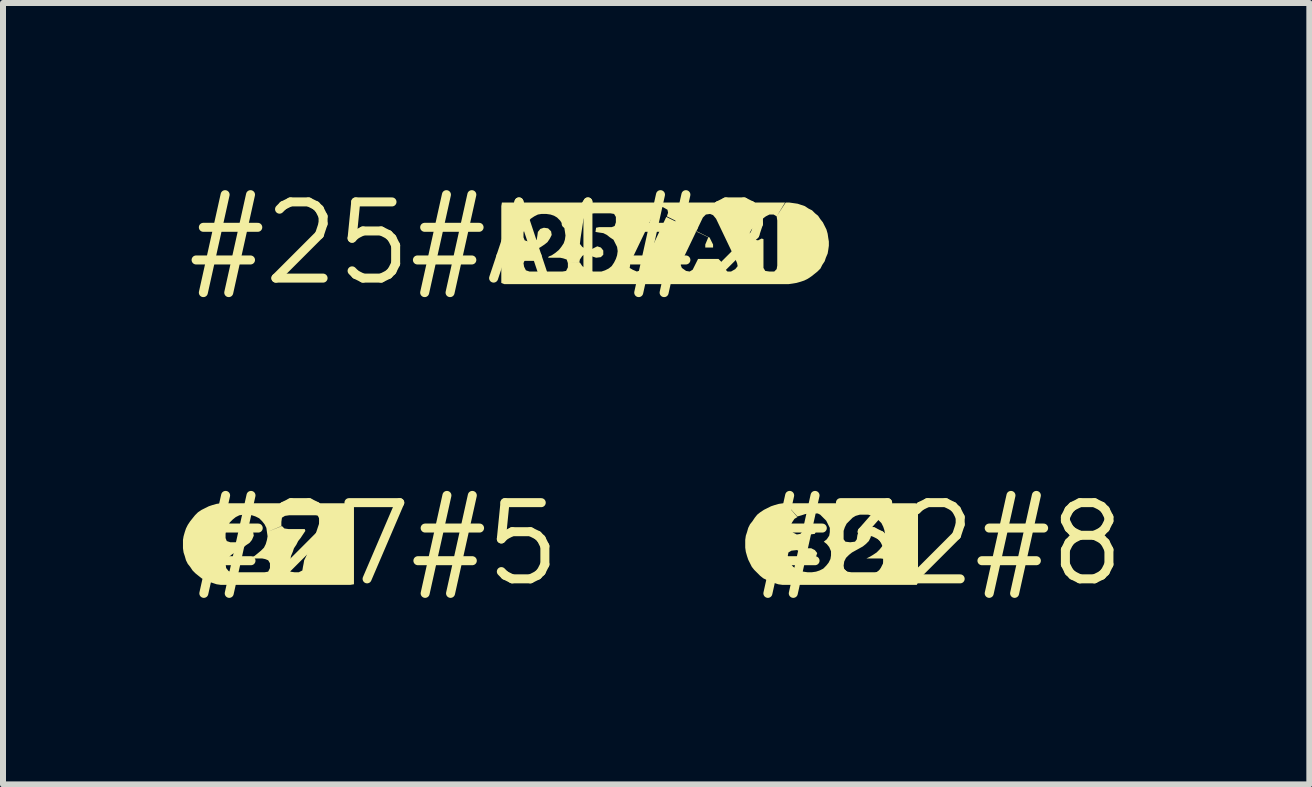
<source format=kicad_pcb>
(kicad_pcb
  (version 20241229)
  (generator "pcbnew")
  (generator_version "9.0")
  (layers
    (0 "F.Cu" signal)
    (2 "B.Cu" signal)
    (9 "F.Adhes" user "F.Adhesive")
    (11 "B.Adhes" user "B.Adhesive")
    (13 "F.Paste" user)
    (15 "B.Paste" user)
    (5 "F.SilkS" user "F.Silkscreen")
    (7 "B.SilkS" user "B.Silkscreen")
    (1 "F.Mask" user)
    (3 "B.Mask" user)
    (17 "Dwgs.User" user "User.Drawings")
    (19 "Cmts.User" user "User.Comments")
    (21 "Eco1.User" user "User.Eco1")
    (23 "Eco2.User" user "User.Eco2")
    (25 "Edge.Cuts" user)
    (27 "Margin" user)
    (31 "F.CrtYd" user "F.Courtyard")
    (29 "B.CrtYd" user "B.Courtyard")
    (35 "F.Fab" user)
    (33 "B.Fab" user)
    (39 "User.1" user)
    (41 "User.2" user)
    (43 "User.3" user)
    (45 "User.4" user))
  (footprint "#32#8"
    (layer "F.Cu")
    (at 12.592 6.019)
    (property "Reference" "#32#8" (at 0 0 0) (layer "F.SilkS") (effects (font (size 1.27 1.27) (thickness 0.15))))
    (attr through_hole)
    (fp_poly (pts (xy -2.59 -0.68) (xy -2.66 -0.67) (xy -2.73 -0.65) (xy -2.79 -0.63) (xy -2.85 -0.6) (xy -2.91 -0.57) (xy -2.97 -0.53) (xy -3.02 -0.49) (xy -3.06 -0.44) (xy -3.1 -0.38) (xy -3.14 -0.33) (xy -3.17 -0.27) (xy -3.19 -0.2) (xy -3.21 -0.14) (xy -3.22 -0.07) (xy -3.22 0) (xy -3.22 0.06) (xy -3.21 0.13) (xy -3.19 0.2) (xy -3.17 0.26) (xy -3.14 0.32) (xy -3.11 0.38) (xy -3.07 0.43) (xy -3.02 0.48) (xy -2.97 0.53) (xy -2.92 0.57) (xy -2.86 0.6) (xy -2.8 0.63) (xy -2.73 0.65) (xy -2.67 0.67) (xy -2.6 0.68) (xy -2.53 0.68) (xy -0.36 0.68) (xy -0.34 0.64) (xy -0.34 -0.65) (xy -0.38 -0.68) (xy -2.55 -0.68) (xy -2.35 -0.46) (xy -2.28 -0.48) (xy -2.22 -0.5) (xy -2.15 -0.51) (xy -2.01 -0.51) (xy -1.97 -0.49) (xy -1.87 -0.39) (xy -1.84 -0.33) (xy -1.81 -0.27) (xy -1.81 -0.2) (xy -1.58 -0.15) (xy -1.58 -0.22) (xy -1.56 -0.28) (xy -1.53 -0.34) (xy -1.48 -0.39) (xy -1.43 -0.44) (xy -1.38 -0.47) (xy -1.31 -0.49) (xy -1.24 -0.49) (xy -1.17 -0.49) (xy -1.1 -0.47) (xy -1.05 -0.44) (xy -1 -0.4) (xy -0.95 -0.35) (xy -0.92 -0.29) (xy -0.9 -0.23) (xy -0.89 -0.16) (xy -0.89 -0.09) (xy -0.91 -0.02) (xy -0.94 0.04) (xy -0.98 0.09) (xy -1.03 0.14) (xy -1.09 0.18) (xy -1.14 0.21) (xy -1.2 0.24) (xy -1.14 0.24) (xy -1 0.24) (xy -0.96 0.24) (xy -0.89 0.25) (xy -0.85 0.3) (xy -0.85 0.37) (xy -0.86 0.44) (xy -0.91 0.47) (xy -0.98 0.47) (xy -1.45 0.47) (xy -1.52 0.46) (xy -1.57 0.42) (xy -1.58 0.36) (xy -1.57 0.29) (xy -1.54 0.23) (xy -1.49 0.18) (xy -1.44 0.14) (xy -1.26 0.04) (xy -1.21 0) (xy -1.16 -0.05) (xy -1.13 -0.11) (xy -1.12 -0.17) (xy -1.15 -0.23) (xy -1.21 -0.26) (xy -1.28 -0.26) (xy -1.33 -0.21) (xy -1.35 -0.15) (xy -1.36 -0.08) (xy -1.39 -0.04) (xy -1.47 -0.03) (xy -1.55 -0.04) (xy -1.58 -0.08) (xy -1.58 -0.15) (xy -1.81 -0.2) (xy -1.82 -0.14) (xy -1.86 -0.08) (xy -1.91 -0.04) (xy -1.86 0) (xy -1.82 0.05) (xy -1.79 0.12) (xy -1.79 0.19) (xy -1.8 0.25) (xy -1.83 0.31) (xy -1.87 0.36) (xy -1.92 0.41) (xy -1.98 0.44) (xy -2.04 0.46) (xy -2.11 0.47) (xy -2.18 0.47) (xy -2.25 0.46) (xy -2.32 0.44) (xy -2.37 0.41) (xy -2.42 0.38) (xy -2.47 0.32) (xy -2.5 0.26) (xy -2.51 0.19) (xy -2.5 0.14) (xy -2.45 0.11) (xy -2.36 0.1) (xy -2.31 0.12) (xy -2.28 0.19) (xy -2.24 0.23) (xy -2.17 0.25) (xy -2.09 0.24) (xy -2.04 0.21) (xy -2.02 0.15) (xy -2.06 0.1) (xy -2.12 0.07) (xy -2.19 0.07) (xy -2.24 0.04) (xy -2.26 -0.03) (xy -2.25 -0.11) (xy -2.21 -0.15) (xy -2.14 -0.16) (xy -2.06 -0.17) (xy -2.04 -0.21) (xy -2.08 -0.27) (xy -2.14 -0.28) (xy -2.21 -0.27) (xy -2.26 -0.22) (xy -2.3 -0.17) (xy -2.36 -0.16) (xy -2.42 -0.19) (xy -2.47 -0.24) (xy -2.47 -0.29) (xy -2.44 -0.36) (xy -2.4 -0.42) (xy -2.35 -0.45) (xy -2.55 -0.68)) (stroke (width 0) (type solid)) (fill yes) (layer "F.SilkS")))
  (footprint "#27#5"
    (layer "F.Cu")
    (at 3.19 6.019)
    (property "Reference" "#27#5" (at 0 0 0) (layer "F.SilkS") (effects (font (size 1.27 1.27) (thickness 0.15))))
    (attr through_hole)
    (fp_poly (pts (xy -2.56 -0.68) (xy -2.63 -0.67) (xy -2.7 -0.65) (xy -2.76 -0.63) (xy -2.82 -0.6) (xy -2.88 -0.57) (xy -2.94 -0.53) (xy -2.99 -0.48) (xy -3.03 -0.43) (xy -3.07 -0.38) (xy -3.11 -0.32) (xy -3.14 -0.26) (xy -3.16 -0.2) (xy -3.18 -0.13) (xy -3.19 -0.07) (xy -3.19 0) (xy -3.19 0.07) (xy -3.18 0.14) (xy -3.16 0.2) (xy -3.14 0.27) (xy -3.11 0.33) (xy -3.07 0.38) (xy -3.03 0.44) (xy -2.98 0.49) (xy -2.93 0.53) (xy -2.88 0.57) (xy -2.82 0.6) (xy -2.76 0.63) (xy -2.69 0.65) (xy -2.63 0.67) (xy -2.56 0.68) (xy -2.49 0.68) (xy -2.43 0.45) (xy -2.47 0.4) (xy -2.48 0.33) (xy -2.46 0.27) (xy -2.42 0.21) (xy -2.37 0.17) (xy -2.31 0.13) (xy -2.19 0.06) (xy -2.14 0.02) (xy -2.08 -0.02) (xy -2.04 -0.07) (xy -2.01 -0.14) (xy -2.02 -0.2) (xy -2.07 -0.25) (xy -2.13 -0.26) (xy -2.2 -0.25) (xy -2.24 -0.19) (xy -2.25 -0.13) (xy -2.26 -0.06) (xy -2.31 -0.03) (xy -2.4 -0.03) (xy -2.46 -0.05) (xy -2.48 -0.1) (xy -2.48 -0.17) (xy -2.47 -0.24) (xy -2.44 -0.3) (xy -2.41 -0.36) (xy -2.36 -0.41) (xy -2.31 -0.45) (xy -2.25 -0.48) (xy -2.18 -0.49) (xy -2.11 -0.49) (xy -2.04 -0.48) (xy -1.98 -0.46) (xy -1.92 -0.43) (xy -1.87 -0.38) (xy -1.83 -0.33) (xy -1.8 -0.27) (xy -1.79 -0.2) (xy -1.55 -0.3) (xy -1.55 -0.37) (xy -1.54 -0.44) (xy -1.49 -0.47) (xy -1.42 -0.48) (xy -1.02 -0.48) (xy -0.98 -0.48) (xy -0.9 -0.47) (xy -0.87 -0.42) (xy -0.86 -0.35) (xy -0.87 -0.3) (xy -0.9 -0.22) (xy -0.92 -0.16) (xy -0.96 -0.1) (xy -1.03 0.01) (xy -1.11 0.14) (xy -1.14 0.21) (xy -1.17 0.27) (xy -1.18 0.33) (xy -1.19 0.38) (xy -1.2 0.44) (xy -1.26 0.47) (xy -1.33 0.47) (xy -1.4 0.46) (xy -1.42 0.4) (xy -1.41 0.33) (xy -1.4 0.27) (xy -1.39 0.2) (xy -1.36 0.13) (xy -1.34 0.07) (xy -1.3 0.01) (xy -1.27 -0.05) (xy -1.23 -0.1) (xy -1.15 -0.22) (xy -1.16 -0.25) (xy -1.43 -0.25) (xy -1.5 -0.26) (xy -1.54 -0.3) (xy -1.79 -0.2) (xy -1.78 -0.13) (xy -1.79 -0.07) (xy -1.81 0) (xy -1.84 0.06) (xy -1.89 0.11) (xy -1.95 0.16) (xy -2 0.2) (xy -2.05 0.22) (xy -2.08 0.24) (xy -1.87 0.24) (xy -1.82 0.25) (xy -1.77 0.27) (xy -1.74 0.32) (xy -1.74 0.4) (xy -1.77 0.46) (xy -1.83 0.47) (xy -1.9 0.47) (xy -2.37 0.47) (xy -2.43 0.45) (xy -2.49 0.68) (xy -0.4 0.68) (xy -0.34 0.67) (xy -0.34 -0.62) (xy -0.35 -0.68) (xy -2.51 -0.68)) (stroke (width 0) (type solid)) (fill yes) (layer "F.SilkS")))
  (footprint "#25#A1#2"
    (layer "F.Cu")
    (at 4.966 1.006)
    (property "Reference" "#25#A1#2" (at 0 0 0) (layer "F.SilkS") (effects (font (size 1.27 1.27) (thickness 0.15))))
    (attr through_hole)
    (fp_poly (pts (xy 0.62 -0.68) (xy 0.35 -0.68) (xy 0.34 -0.62) (xy 0.34 0.66) (xy 0.39 0.68) (xy 5.13 0.68) (xy 5.2 0.67) (xy 5.26 0.66) (xy 5.33 0.64) (xy 5.39 0.62) (xy 5.45 0.59) (xy 5.51 0.55) (xy 5.56 0.51) (xy 5.61 0.47) (xy 5.66 0.42) (xy 5.69 0.36) (xy 5.73 0.3) (xy 5.75 0.24) (xy 5.78 0.17) (xy 5.79 0.11) (xy 5.8 0.04) (xy 5.8 -0.03) (xy 5.79 -0.09) (xy 5.78 -0.16) (xy 5.76 -0.23) (xy 5.73 -0.29) (xy 5.7 -0.35) (xy 5.66 -0.4) (xy 5.62 -0.46) (xy 5.57 -0.5) (xy 5.52 -0.55) (xy 5.46 -0.58) (xy 5.4 -0.62) (xy 5.34 -0.64) (xy 5.28 -0.66) (xy 5.21 -0.67) (xy 5.14 -0.68) (xy 5.08 -0.68) (xy 4.93 -0.45) (xy 4.94 -0.38) (xy 4.94 0.37) (xy 4.93 0.43) (xy 4.89 0.47) (xy 4.81 0.47) (xy 4.74 0.46) (xy 4.71 0.41) (xy 4.71 0.34) (xy 4.71 -0.07) (xy 4.68 -0.08) (xy 4.62 -0.05) (xy 4.56 -0.06) (xy 4.51 -0.12) (xy 4.48 -0.17) (xy 4.51 -0.23) (xy 4.71 -0.42) (xy 4.75 -0.45) (xy 4.81 -0.48) (xy 4.88 -0.48) (xy 4.93 -0.45) (xy 5.07 -0.68) (xy 0.68 -0.68) (xy 0.83 -0.41) (xy 0.89 -0.45) (xy 0.95 -0.48) (xy 1.01 -0.49) (xy 1.09 -0.49) (xy 1.16 -0.48) (xy 1.22 -0.46) (xy 1.27 -0.43) (xy 1.32 -0.38) (xy 1.36 -0.32) (xy 1.39 -0.26) (xy 1.4 -0.2) (xy 1.41 -0.13) (xy 1.4 -0.06) (xy 1.38 0) (xy 1.34 0.06) (xy 1.3 0.11) (xy 1.24 0.16) (xy 1.18 0.2) (xy 1.13 0.22) (xy 1.12 0.24) (xy 1.32 0.24) (xy 1.37 0.25) (xy 1.43 0.27) (xy 1.45 0.33) (xy 1.64 0.32) (xy 1.65 0.27) (xy 1.69 0.21) (xy 1.75 0.17) (xy 1.8 0.18) (xy 1.86 0.22) (xy 1.92 0.24) (xy 2 0.23) (xy 2.04 0.19) (xy 2.04 0.12) (xy 2 0.07) (xy 1.94 0.05) (xy 1.82 0.11) (xy 1.76 0.1) (xy 1.69 0.06) (xy 1.65 0.01) (xy 1.66 -0.08) (xy 1.71 -0.4) (xy 1.73 -0.45) (xy 1.79 -0.49) (xy 1.89 -0.5) (xy 2.16 -0.5) (xy 2.22 -0.49) (xy 2.25 -0.44) (xy 2.25 -0.35) (xy 2.23 -0.29) (xy 2.18 -0.27) (xy 1.97 -0.27) (xy 1.92 -0.26) (xy 1.91 -0.19) (xy 1.97 -0.18) (xy 2.04 -0.17) (xy 2.1 -0.14) (xy 2.15 -0.1) (xy 2.21 -0.06) (xy 2.24 0) (xy 2.27 0.06) (xy 2.28 0.13) (xy 2.27 0.2) (xy 2.25 0.26) (xy 2.49 0.35) (xy 2.51 0.28) (xy 2.89 -0.51) (xy 2.93 -0.58) (xy 2.97 -0.62) (xy 3.04 -0.6) (xy 3.11 -0.56) (xy 3.12 -0.51) (xy 3.1 -0.45) (xy 3.8 -0.1) (xy 3.81 -0.1) (xy 3.87 0.02) (xy 3.87 0.07) (xy 3.74 0.07) (xy 3.69 0.26) (xy 3.62 0.26) (xy 3.56 0.38) (xy 3.53 0.44) (xy 3.48 0.47) (xy 3.42 0.46) (xy 3.35 0.41) (xy 3.33 0.36) (xy 3.35 0.3) (xy 3.7 -0.43) (xy 3.75 -0.48) (xy 3.82 -0.49) (xy 3.87 -0.47) (xy 3.92 -0.41) (xy 4.24 0.26) (xy 4.27 0.33) (xy 4.28 0.38) (xy 4.24 0.43) (xy 4.17 0.47) (xy 4.11 0.47) (xy 4.06 0.42) (xy 4 0.3) (xy 3.96 0.26) (xy 3.69 0.26) (xy 3.74 0.07) (xy 3.74 0.02) (xy 3.79 -0.1) (xy 3.09 -0.44) (xy 2.69 0.41) (xy 2.66 0.45) (xy 2.6 0.47) (xy 2.53 0.44) (xy 2.48 0.41) (xy 2.49 0.35) (xy 2.25 0.26) (xy 2.22 0.32) (xy 2.18 0.38) (xy 2.13 0.42) (xy 2.07 0.45) (xy 2.01 0.47) (xy 1.94 0.47) (xy 1.87 0.47) (xy 1.8 0.45) (xy 1.75 0.42) (xy 1.69 0.38) (xy 1.65 0.32) (xy 1.45 0.33) (xy 1.45 0.4) (xy 1.42 0.46) (xy 1.36 0.47) (xy 0.81 0.47) (xy 0.75 0.45) (xy 0.72 0.39) (xy 0.71 0.33) (xy 0.74 0.26) (xy 0.78 0.21) (xy 0.83 0.16) (xy 0.88 0.13) (xy 1 0.06) (xy 1.06 0.02) (xy 1.11 -0.02) (xy 1.15 -0.08) (xy 1.18 -0.14) (xy 1.17 -0.2) (xy 1.12 -0.25) (xy 1.05 -0.26) (xy 0.99 -0.24) (xy 0.95 -0.19) (xy 0.94 -0.12) (xy 0.93 -0.06) (xy 0.88 -0.03) (xy 0.79 -0.03) (xy 0.73 -0.05) (xy 0.71 -0.1) (xy 0.71 -0.18) (xy 0.73 -0.24) (xy 0.75 -0.3) (xy 0.79 -0.36) (xy 0.83 -0.41) (xy 0.68 -0.68)) (stroke (width 0) (type solid)) (fill yes) (layer "F.SilkS")))
  (gr_rect
    (start -3 -3)
    (end 18.775 10.025)
    (stroke (width 0.1) (type default))
    (fill no)
    (layer "Edge.Cuts")))
</source>
